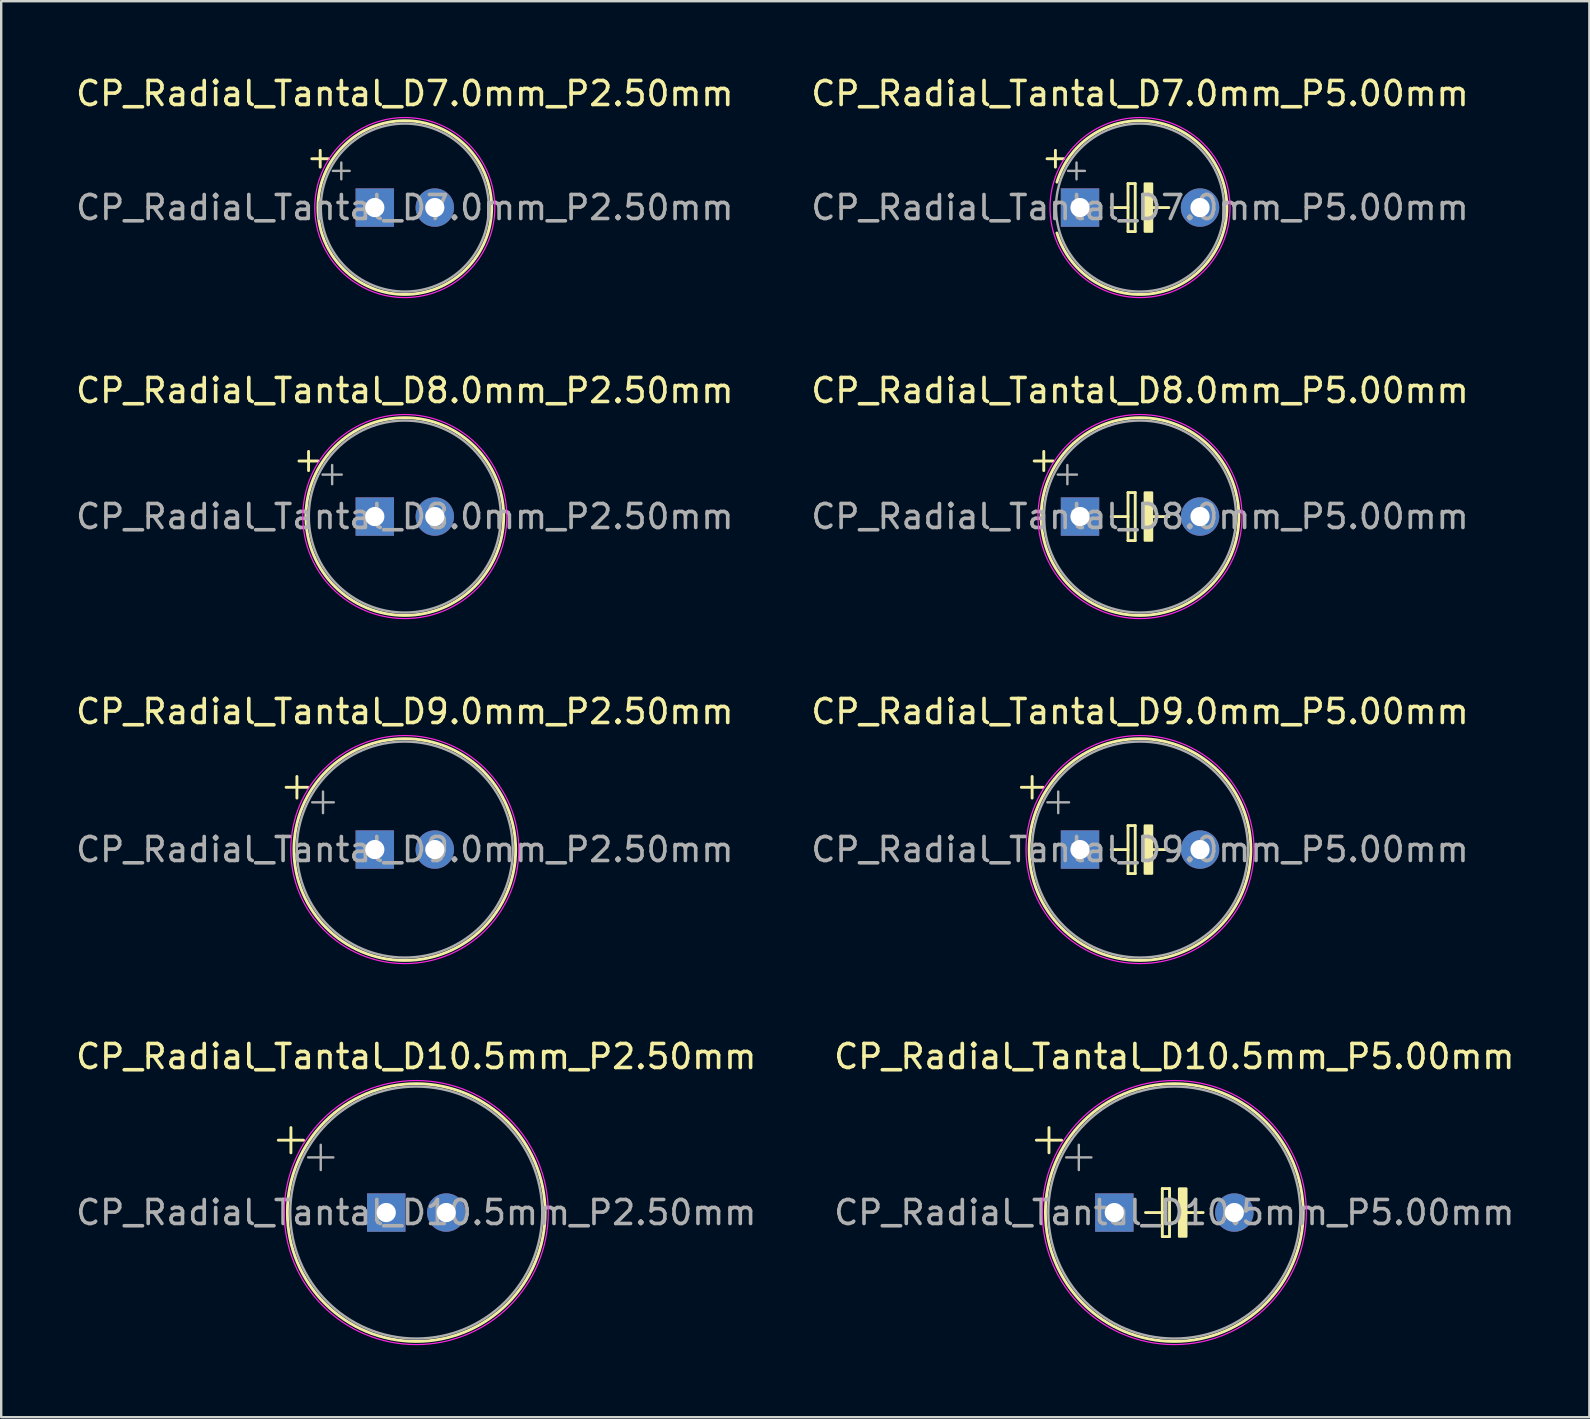
<source format=kicad_pcb>
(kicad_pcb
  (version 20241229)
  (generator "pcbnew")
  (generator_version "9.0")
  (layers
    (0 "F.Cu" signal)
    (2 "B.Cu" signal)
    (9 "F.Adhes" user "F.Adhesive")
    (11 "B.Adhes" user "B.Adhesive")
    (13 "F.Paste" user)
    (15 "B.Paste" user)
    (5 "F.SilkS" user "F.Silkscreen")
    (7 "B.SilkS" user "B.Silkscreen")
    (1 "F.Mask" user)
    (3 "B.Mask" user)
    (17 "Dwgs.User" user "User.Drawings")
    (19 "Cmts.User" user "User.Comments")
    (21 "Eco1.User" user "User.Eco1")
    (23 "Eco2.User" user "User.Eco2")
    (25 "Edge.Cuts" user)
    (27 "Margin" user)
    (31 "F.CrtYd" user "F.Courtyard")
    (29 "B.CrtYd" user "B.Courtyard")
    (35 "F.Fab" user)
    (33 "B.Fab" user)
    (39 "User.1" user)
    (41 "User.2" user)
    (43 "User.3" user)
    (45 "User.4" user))
  (footprint "CP_Radial_Tantal_D10.5mm_P5.00mm"
    (layer "F.Cu")
    (at 43.375 47.468)
    (property "Reference" "CP_Radial_Tantal_D10.5mm_P5.00mm" (at 2.5 -6.5 0) (layer "F.SilkS") (effects (font (size 1 1) (thickness 0.15))))
    (attr through_hole)
    (fp_line (start -3.247 -3.015) (end -2.197 -3.015) (stroke (width 0.12) (type solid)) (layer "F.SilkS"))
    (fp_line (start -2.722 -3.54) (end -2.722 -2.49) (stroke (width 0.12) (type solid)) (layer "F.SilkS"))
    (fp_line (start 1.3 0) (end 2 0) (stroke (width 0.12) (type solid)) (layer "F.SilkS"))
    (fp_line (start 2 -1) (end 2.3 -1) (stroke (width 0.12) (type solid)) (layer "F.SilkS"))
    (fp_line (start 2 1) (end 2 -1) (stroke (width 0.12) (type solid)) (layer "F.SilkS"))
    (fp_line (start 2.3 -1) (end 2.3 1) (stroke (width 0.12) (type solid)) (layer "F.SilkS"))
    (fp_line (start 2.3 1) (end 2 1) (stroke (width 0.12) (type solid)) (layer "F.SilkS"))
    (fp_line (start 3.7 0) (end 3 0) (stroke (width 0.12) (type solid)) (layer "F.SilkS"))
    (fp_circle (center 2.5 0) (end 7.87 0) (stroke (width 0.12) (type solid)) (fill no) (layer "F.SilkS"))
    (fp_poly (pts (xy 3 1) (xy 2.7 1) (xy 2.7 -1) (xy 3 -1)) (stroke (width 0.1) (type solid)) (fill yes) (layer "F.SilkS"))
    (fp_circle (center 2.5 0) (end 8 0) (stroke (width 0.05) (type solid)) (fill no) (layer "F.CrtYd"))
    (fp_line (start -2.004 -2.297) (end -0.954 -2.297) (stroke (width 0.1) (type solid)) (layer "F.Fab"))
    (fp_line (start -1.479 -2.822) (end -1.479 -1.772) (stroke (width 0.1) (type solid)) (layer "F.Fab"))
    (fp_circle (center 2.5 0) (end 7.75 0) (stroke (width 0.1) (type solid)) (fill no) (layer "F.Fab"))
    (fp_text user "${REFERENCE}" (at 2.5 0 0) (layer "F.Fab") (effects (font (size 1 1) (thickness 0.15))))
    (pad "1" thru_hole rect (at 0 0) (size 1.6 1.6) (drill 0.8) (layers "*.Cu" "*.Mask"))
    (pad "2" thru_hole circle (at 5 0) (size 1.6 1.6) (drill 0.8) (layers "*.Cu" "*.Mask")))
  (footprint "CP_Radial_Tantal_D8.0mm_P2.50mm"
    (layer "F.Cu")
    (at 12.565 18.471)
    (property "Reference" "CP_Radial_Tantal_D8.0mm_P2.50mm" (at 1.25 -5.25 0) (layer "F.SilkS") (effects (font (size 1 1) (thickness 0.15))))
    (attr through_hole)
    (fp_line (start -3.16 -2.315) (end -2.36 -2.315) (stroke (width 0.12) (type solid)) (layer "F.SilkS"))
    (fp_line (start -2.76 -2.715) (end -2.76 -1.915) (stroke (width 0.12) (type solid)) (layer "F.SilkS"))
    (fp_circle (center 1.25 0) (end 5.37 0) (stroke (width 0.12) (type solid)) (fill no) (layer "F.SilkS"))
    (fp_circle (center 1.25 0) (end 5.5 0) (stroke (width 0.05) (type solid)) (fill no) (layer "F.CrtYd"))
    (fp_line (start -2.177 -1.748) (end -1.377 -1.748) (stroke (width 0.1) (type solid)) (layer "F.Fab"))
    (fp_line (start -1.777 -2.147) (end -1.777 -1.347) (stroke (width 0.1) (type solid)) (layer "F.Fab"))
    (fp_circle (center 1.25 0) (end 5.25 0) (stroke (width 0.1) (type solid)) (fill no) (layer "F.Fab"))
    (fp_text user "${REFERENCE}" (at 1.25 0 0) (layer "F.Fab") (effects (font (size 1 1) (thickness 0.15))))
    (pad "1" thru_hole rect (at 0 0) (size 1.6 1.6) (drill 0.8) (layers "*.Cu" "*.Mask"))
    (pad "2" thru_hole circle (at 2.5 0) (size 1.6 1.6) (drill 0.8) (layers "*.Cu" "*.Mask")))
  (footprint "CP_Radial_Tantal_D9.0mm_P2.50mm"
    (layer "F.Cu")
    (at 12.565 32.345)
    (property "Reference" "CP_Radial_Tantal_D9.0mm_P2.50mm" (at 1.25 -5.75 0) (layer "F.SilkS") (effects (font (size 1 1) (thickness 0.15))))
    (attr through_hole)
    (fp_line (start -3.695 -2.595) (end -2.795 -2.595) (stroke (width 0.12) (type solid)) (layer "F.SilkS"))
    (fp_line (start -3.245 -3.045) (end -3.245 -2.145) (stroke (width 0.12) (type solid)) (layer "F.SilkS"))
    (fp_circle (center 1.25 0) (end 5.87 0) (stroke (width 0.12) (type solid)) (fill no) (layer "F.SilkS"))
    (fp_circle (center 1.25 0) (end 6 0) (stroke (width 0.05) (type solid)) (fill no) (layer "F.CrtYd"))
    (fp_line (start -2.608 -1.968) (end -1.708 -1.968) (stroke (width 0.1) (type solid)) (layer "F.Fab"))
    (fp_line (start -2.158 -2.417) (end -2.158 -1.518) (stroke (width 0.1) (type solid)) (layer "F.Fab"))
    (fp_circle (center 1.25 0) (end 5.75 0) (stroke (width 0.1) (type solid)) (fill no) (layer "F.Fab"))
    (fp_text user "${REFERENCE}" (at 1.25 0 0) (layer "F.Fab") (effects (font (size 1 1) (thickness 0.15))))
    (pad "1" thru_hole rect (at 0 0) (size 1.6 1.6) (drill 0.8) (layers "*.Cu" "*.Mask"))
    (pad "2" thru_hole circle (at 2.5 0) (size 1.6 1.6) (drill 0.8) (layers "*.Cu" "*.Mask")))
  (footprint "CP_Radial_Tantal_D8.0mm_P5.00mm"
    (layer "F.Cu")
    (at 41.946 18.471)
    (property "Reference" "CP_Radial_Tantal_D8.0mm_P5.00mm" (at 2.5 -5.25 0) (layer "F.SilkS") (effects (font (size 1 1) (thickness 0.15))))
    (attr through_hole)
    (fp_line (start -1.91 -2.315) (end -1.11 -2.315) (stroke (width 0.12) (type solid)) (layer "F.SilkS"))
    (fp_line (start -1.51 -2.715) (end -1.51 -1.915) (stroke (width 0.12) (type solid)) (layer "F.SilkS"))
    (fp_line (start 1.3 0) (end 2 0) (stroke (width 0.12) (type solid)) (layer "F.SilkS"))
    (fp_line (start 2 -1) (end 2.3 -1) (stroke (width 0.12) (type solid)) (layer "F.SilkS"))
    (fp_line (start 2 1) (end 2 -1) (stroke (width 0.12) (type solid)) (layer "F.SilkS"))
    (fp_line (start 2.3 -1) (end 2.3 1) (stroke (width 0.12) (type solid)) (layer "F.SilkS"))
    (fp_line (start 2.3 1) (end 2 1) (stroke (width 0.12) (type solid)) (layer "F.SilkS"))
    (fp_line (start 3.7 0) (end 3 0) (stroke (width 0.12) (type solid)) (layer "F.SilkS"))
    (fp_circle (center 2.5 0) (end 6.62 0) (stroke (width 0.12) (type solid)) (fill no) (layer "F.SilkS"))
    (fp_poly (pts (xy 3 1) (xy 2.7 1) (xy 2.7 -1) (xy 3 -1)) (stroke (width 0.1) (type solid)) (fill yes) (layer "F.SilkS"))
    (fp_circle (center 2.5 0) (end 6.75 0) (stroke (width 0.05) (type solid)) (fill no) (layer "F.CrtYd"))
    (fp_line (start -0.927 -1.748) (end -0.127 -1.748) (stroke (width 0.1) (type solid)) (layer "F.Fab"))
    (fp_line (start -0.527 -2.147) (end -0.527 -1.347) (stroke (width 0.1) (type solid)) (layer "F.Fab"))
    (fp_circle (center 2.5 0) (end 6.5 0) (stroke (width 0.1) (type solid)) (fill no) (layer "F.Fab"))
    (fp_text user "${REFERENCE}" (at 2.5 0 0) (layer "F.Fab") (effects (font (size 1 1) (thickness 0.15))))
    (pad "1" thru_hole rect (at 0 0) (size 1.6 1.6) (drill 0.8) (layers "*.Cu" "*.Mask"))
    (pad "2" thru_hole circle (at 5 0) (size 1.6 1.6) (drill 0.8) (layers "*.Cu" "*.Mask")))
  (footprint "CP_Radial_Tantal_D10.5mm_P2.50mm"
    (layer "F.Cu")
    (at 13.042 47.468)
    (property "Reference" "CP_Radial_Tantal_D10.5mm_P2.50mm" (at 1.25 -6.5 0) (layer "F.SilkS") (effects (font (size 1 1) (thickness 0.15))))
    (attr through_hole)
    (fp_line (start -4.497 -3.015) (end -3.447 -3.015) (stroke (width 0.12) (type solid)) (layer "F.SilkS"))
    (fp_line (start -3.972 -3.54) (end -3.972 -2.49) (stroke (width 0.12) (type solid)) (layer "F.SilkS"))
    (fp_circle (center 1.25 0) (end 6.62 0) (stroke (width 0.12) (type solid)) (fill no) (layer "F.SilkS"))
    (fp_circle (center 1.25 0) (end 6.75 0) (stroke (width 0.05) (type solid)) (fill no) (layer "F.CrtYd"))
    (fp_line (start -3.254 -2.297) (end -2.204 -2.297) (stroke (width 0.1) (type solid)) (layer "F.Fab"))
    (fp_line (start -2.729 -2.822) (end -2.729 -1.772) (stroke (width 0.1) (type solid)) (layer "F.Fab"))
    (fp_circle (center 1.25 0) (end 6.5 0) (stroke (width 0.1) (type solid)) (fill no) (layer "F.Fab"))
    (fp_text user "${REFERENCE}" (at 1.25 0 0) (layer "F.Fab") (effects (font (size 1 1) (thickness 0.15))))
    (pad "1" thru_hole rect (at 0 0) (size 1.6 1.6) (drill 0.8) (layers "*.Cu" "*.Mask"))
    (pad "2" thru_hole circle (at 2.5 0) (size 1.6 1.6) (drill 0.8) (layers "*.Cu" "*.Mask")))
  (footprint "CP_Radial_Tantal_D7.0mm_P5.00mm"
    (layer "F.Cu")
    (at 41.946 5.598)
    (property "Reference" "CP_Radial_Tantal_D7.0mm_P5.00mm" (at 2.5 -4.75 0) (layer "F.SilkS") (effects (font (size 1 1) (thickness 0.15))))
    (attr through_hole)
    (fp_line (start -1.375 -2.035) (end -0.675 -2.035) (stroke (width 0.12) (type solid)) (layer "F.SilkS"))
    (fp_line (start -1.025 -2.385) (end -1.025 -1.685) (stroke (width 0.12) (type solid)) (layer "F.SilkS"))
    (fp_line (start 1.3 0) (end 2 0) (stroke (width 0.12) (type solid)) (layer "F.SilkS"))
    (fp_line (start 2 -1) (end 2.3 -1) (stroke (width 0.12) (type solid)) (layer "F.SilkS"))
    (fp_line (start 2 1) (end 2 -1) (stroke (width 0.12) (type solid)) (layer "F.SilkS"))
    (fp_line (start 2.3 -1) (end 2.3 1) (stroke (width 0.12) (type solid)) (layer "F.SilkS"))
    (fp_line (start 2.3 1) (end 2 1) (stroke (width 0.12) (type solid)) (layer "F.SilkS"))
    (fp_line (start 3.7 0) (end 3 0) (stroke (width 0.12) (type solid)) (layer "F.SilkS"))
    (fp_arc (start -0.961329 -1.06) (mid 6.12 0) (end -0.961329 1.06) (stroke (width 0.12) (type solid)) (layer "F.SilkS"))
    (fp_poly (pts (xy 3 1) (xy 2.7 1) (xy 2.7 -1) (xy 3 -1)) (stroke (width 0.1) (type solid)) (fill yes) (layer "F.SilkS"))
    (fp_circle (center 2.5 0) (end 6.25 0) (stroke (width 0.05) (type solid)) (fill no) (layer "F.CrtYd"))
    (fp_line (start -0.496 -1.528) (end 0.204 -1.528) (stroke (width 0.1) (type solid)) (layer "F.Fab"))
    (fp_line (start -0.146 -1.877) (end -0.146 -1.177) (stroke (width 0.1) (type solid)) (layer "F.Fab"))
    (fp_circle (center 2.5 0) (end 6 0) (stroke (width 0.1) (type solid)) (fill no) (layer "F.Fab"))
    (fp_text user "${REFERENCE}" (at 2.5 0 0) (layer "F.Fab") (effects (font (size 1 1) (thickness 0.15))))
    (pad "1" thru_hole rect (at 0 0) (size 1.6 1.6) (drill 0.8) (layers "*.Cu" "*.Mask"))
    (pad "2" thru_hole circle (at 5 0) (size 1.6 1.6) (drill 0.8) (layers "*.Cu" "*.Mask")))
  (footprint "CP_Radial_Tantal_D7.0mm_P2.50mm"
    (layer "F.Cu")
    (at 12.565 5.598)
    (property "Reference" "CP_Radial_Tantal_D7.0mm_P2.50mm" (at 1.25 -4.75 0) (layer "F.SilkS") (effects (font (size 1 1) (thickness 0.15))))
    (attr through_hole)
    (fp_line (start -2.625 -2.035) (end -1.925 -2.035) (stroke (width 0.12) (type solid)) (layer "F.SilkS"))
    (fp_line (start -2.275 -2.385) (end -2.275 -1.685) (stroke (width 0.12) (type solid)) (layer "F.SilkS"))
    (fp_circle (center 1.25 0) (end 4.87 0) (stroke (width 0.12) (type solid)) (fill no) (layer "F.SilkS"))
    (fp_circle (center 1.25 0) (end 5 0) (stroke (width 0.05) (type solid)) (fill no) (layer "F.CrtYd"))
    (fp_line (start -1.746 -1.528) (end -1.046 -1.528) (stroke (width 0.1) (type solid)) (layer "F.Fab"))
    (fp_line (start -1.396 -1.877) (end -1.396 -1.177) (stroke (width 0.1) (type solid)) (layer "F.Fab"))
    (fp_circle (center 1.25 0) (end 4.75 0) (stroke (width 0.1) (type solid)) (fill no) (layer "F.Fab"))
    (fp_text user "${REFERENCE}" (at 1.25 0 0) (layer "F.Fab") (effects (font (size 1 1) (thickness 0.15))))
    (pad "1" thru_hole rect (at 0 0) (size 1.6 1.6) (drill 0.8) (layers "*.Cu" "*.Mask"))
    (pad "2" thru_hole circle (at 2.5 0) (size 1.6 1.6) (drill 0.8) (layers "*.Cu" "*.Mask")))
  (footprint "CP_Radial_Tantal_D9.0mm_P5.00mm"
    (layer "F.Cu")
    (at 41.946 32.345)
    (property "Reference" "CP_Radial_Tantal_D9.0mm_P5.00mm" (at 2.5 -5.75 0) (layer "F.SilkS") (effects (font (size 1 1) (thickness 0.15))))
    (attr through_hole)
    (fp_line (start -2.445 -2.595) (end -1.545 -2.595) (stroke (width 0.12) (type solid)) (layer "F.SilkS"))
    (fp_line (start -1.995 -3.045) (end -1.995 -2.145) (stroke (width 0.12) (type solid)) (layer "F.SilkS"))
    (fp_line (start 1.3 0) (end 2 0) (stroke (width 0.12) (type solid)) (layer "F.SilkS"))
    (fp_line (start 2 -1) (end 2.3 -1) (stroke (width 0.12) (type solid)) (layer "F.SilkS"))
    (fp_line (start 2 1) (end 2 -1) (stroke (width 0.12) (type solid)) (layer "F.SilkS"))
    (fp_line (start 2.3 -1) (end 2.3 1) (stroke (width 0.12) (type solid)) (layer "F.SilkS"))
    (fp_line (start 2.3 1) (end 2 1) (stroke (width 0.12) (type solid)) (layer "F.SilkS"))
    (fp_line (start 3.7 0) (end 3 0) (stroke (width 0.12) (type solid)) (layer "F.SilkS"))
    (fp_circle (center 2.5 0) (end 7.12 0) (stroke (width 0.12) (type solid)) (fill no) (layer "F.SilkS"))
    (fp_poly (pts (xy 3 1) (xy 2.7 1) (xy 2.7 -1) (xy 3 -1)) (stroke (width 0.1) (type solid)) (fill yes) (layer "F.SilkS"))
    (fp_circle (center 2.5 0) (end 7.25 0) (stroke (width 0.05) (type solid)) (fill no) (layer "F.CrtYd"))
    (fp_line (start -1.358 -1.968) (end -0.458 -1.968) (stroke (width 0.1) (type solid)) (layer "F.Fab"))
    (fp_line (start -0.908 -2.417) (end -0.908 -1.518) (stroke (width 0.1) (type solid)) (layer "F.Fab"))
    (fp_circle (center 2.5 0) (end 7 0) (stroke (width 0.1) (type solid)) (fill no) (layer "F.Fab"))
    (fp_text user "${REFERENCE}" (at 2.5 0 0) (layer "F.Fab") (effects (font (size 1 1) (thickness 0.15))))
    (pad "1" thru_hole rect (at 0 0) (size 1.6 1.6) (drill 0.8) (layers "*.Cu" "*.Mask"))
    (pad "2" thru_hole circle (at 5 0) (size 1.6 1.6) (drill 0.8) (layers "*.Cu" "*.Mask")))
  (gr_rect
    (start -3 -3)
    (end 63.167 55.993)
    (stroke (width 0.1) (type default))
    (fill no)
    (layer "Edge.Cuts")))
</source>
